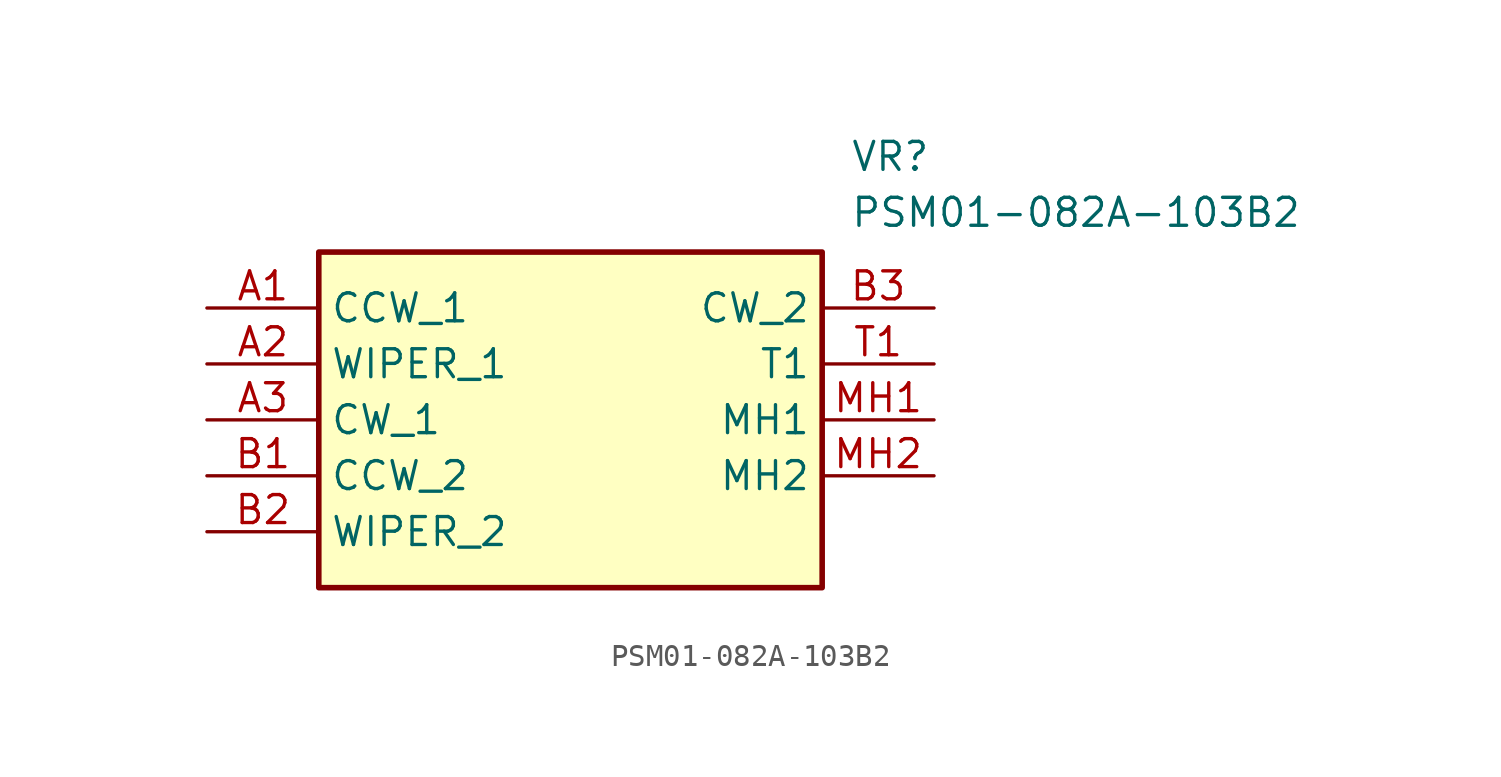
<source format=kicad_sym>
(kicad_symbol_lib
  (version 20211014)
  (generator SamacSys_ECAD_Model)
  (symbol "PSM01-082A-103B2"
    (property "Reference" "VR"
      (at 29.21 7.62 0)
      (effects (font (size 1.27 1.27)) (justify left top)))
    (property "Value" "PSM01-082A-103B2"
      (at 29.21 5.08 0)
      (effects (font (size 1.27 1.27)) (justify left top)))
    (rectangle
      (start 5.08 2.54)
      (end 27.94 -12.7)
      (stroke (width 0.254) (type default))
      (fill (type background)))
    (pin passive line
      (at 0 0 0)
      (length 5.08)
      (name "CCW_1" (effects (font (size 1.27 1.27))))
      (number "A1" (effects (font (size 1.27 1.27)))))
    (pin passive line
      (at 0 -2.54 0)
      (length 5.08)
      (name "WIPER_1" (effects (font (size 1.27 1.27))))
      (number "A2" (effects (font (size 1.27 1.27)))))
    (pin passive line
      (at 0 -5.08 0)
      (length 5.08)
      (name "CW_1" (effects (font (size 1.27 1.27))))
      (number "A3" (effects (font (size 1.27 1.27)))))
    (pin passive line
      (at 0 -7.62 0)
      (length 5.08)
      (name "CCW_2" (effects (font (size 1.27 1.27))))
      (number "B1" (effects (font (size 1.27 1.27)))))
    (pin passive line
      (at 0 -10.16 0)
      (length 5.08)
      (name "WIPER_2" (effects (font (size 1.27 1.27))))
      (number "B2" (effects (font (size 1.27 1.27)))))
    (pin passive line
      (at 33.02 0 180)
      (length 5.08)
      (name "CW_2" (effects (font (size 1.27 1.27))))
      (number "B3" (effects (font (size 1.27 1.27)))))
    (pin passive line
      (at 33.02 -2.54 180)
      (length 5.08)
      (name "T1" (effects (font (size 1.27 1.27))))
      (number "T1" (effects (font (size 1.27 1.27)))))
    (pin passive line
      (at 33.02 -5.08 180)
      (length 5.08)
      (name "MH1" (effects (font (size 1.27 1.27))))
      (number "MH1" (effects (font (size 1.27 1.27)))))
    (pin passive line
      (at 33.02 -7.62 180)
      (length 5.08)
      (name "MH2" (effects (font (size 1.27 1.27))))
      (number "MH2" (effects (font (size 1.27 1.27)))))))
</source>
